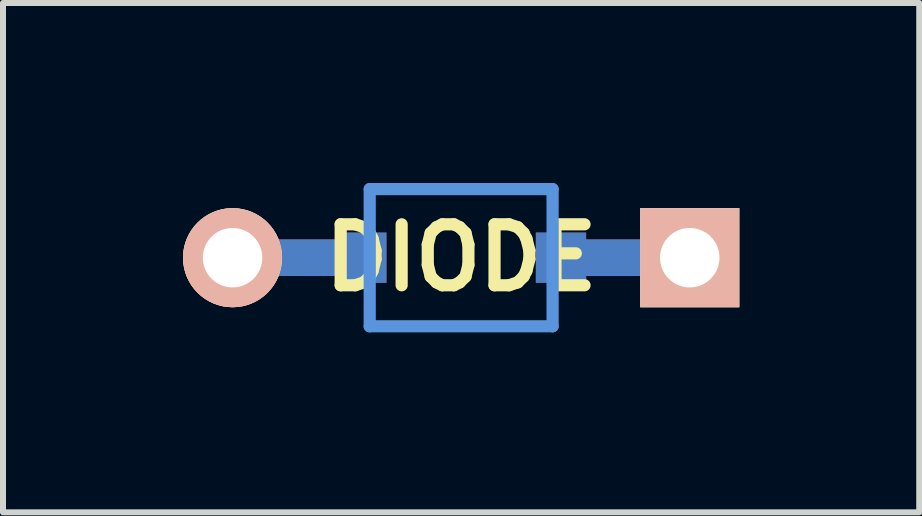
<source format=kicad_pcb>
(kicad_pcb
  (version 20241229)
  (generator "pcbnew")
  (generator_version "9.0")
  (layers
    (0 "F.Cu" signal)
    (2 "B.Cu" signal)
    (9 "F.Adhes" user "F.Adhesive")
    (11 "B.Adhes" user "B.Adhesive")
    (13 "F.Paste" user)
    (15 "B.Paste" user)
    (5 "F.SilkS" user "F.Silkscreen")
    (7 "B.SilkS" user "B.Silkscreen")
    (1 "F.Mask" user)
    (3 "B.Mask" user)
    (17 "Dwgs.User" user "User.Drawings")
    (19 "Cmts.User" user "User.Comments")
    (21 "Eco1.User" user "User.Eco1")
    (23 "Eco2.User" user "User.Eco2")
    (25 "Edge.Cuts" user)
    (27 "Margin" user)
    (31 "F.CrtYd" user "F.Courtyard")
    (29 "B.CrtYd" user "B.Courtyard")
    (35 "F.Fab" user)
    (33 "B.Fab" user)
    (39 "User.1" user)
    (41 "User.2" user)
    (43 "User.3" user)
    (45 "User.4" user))
  (footprint "DIODE"
    (layer "F.Cu")
    (at 4.636 1.245)
    (property "Reference" "DIODE" (at 0 0 0) (layer "F.SilkS") (effects (font (size 1.016 1.016) (thickness 0.203))))
    (attr through_hole)
    (fp_line (start -3.81 0) (end -1.664 0) (stroke (width 0.61) (type solid)) (layer "F.Cu"))
    (fp_line (start 1.664 0) (end 3.81 0) (stroke (width 0.61) (type solid)) (layer "F.Cu"))
    (fp_line (start -3.81 0) (end -1.664 0) (stroke (width 0.61) (type solid)) (layer "B.Cu"))
    (fp_line (start 1.664 0) (end 3.81 0) (stroke (width 0.61) (type solid)) (layer "B.Cu"))
    (fp_line (start -1.524 -1.143) (end 1.524 -1.143) (stroke (width 0.203) (type solid)) (layer "Cmts.User"))
    (fp_line (start -1.524 1.143) (end -1.524 -1.143) (stroke (width 0.203) (type solid)) (layer "Cmts.User"))
    (fp_line (start 1.524 -1.143) (end 1.524 1.143) (stroke (width 0.203) (type solid)) (layer "Cmts.User"))
    (fp_line (start 1.524 1.143) (end -1.524 1.143) (stroke (width 0.203) (type solid)) (layer "Cmts.User"))
    (pad "1" thru_hole circle (at -3.81 0) (size 1.651 1.651) (drill 0.991) (layers "*.Cu" "*.SilkS" "*.Mask"))
    (pad "2" thru_hole rect (at 3.81 0) (size 1.651 1.651) (drill 0.991) (layers "*.Cu" "*.SilkS" "*.Mask"))
    (pad "99" smd rect (at -1.664 0) (size 0.838 0.838) (layers "F.Cu" "F.Mask" "F.Paste"))
    (pad "99" smd rect (at -1.664 0) (size 0.838 0.838) (layers "B.Cu" "B.Mask" "B.Paste"))
    (pad "99" smd rect (at 1.664 0) (size 0.838 0.838) (layers "F.Cu" "F.Mask" "F.Paste"))
    (pad "99" smd rect (at 1.664 0) (size 0.838 0.838) (layers "B.Cu" "B.Mask" "B.Paste")))
  (gr_rect
    (start -3 -3)
    (end 12.271 5.489)
    (stroke (width 0.1) (type default))
    (fill no)
    (layer "Edge.Cuts")))
</source>
